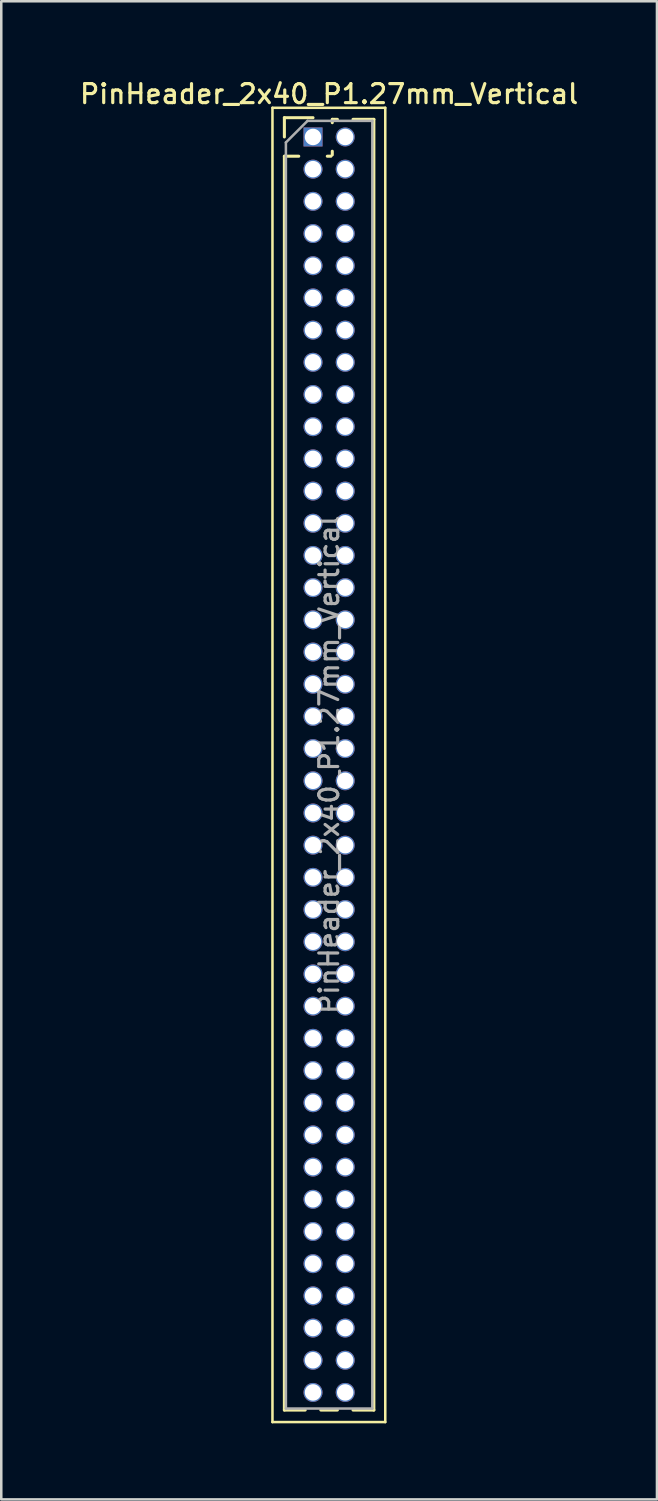
<source format=kicad_pcb>
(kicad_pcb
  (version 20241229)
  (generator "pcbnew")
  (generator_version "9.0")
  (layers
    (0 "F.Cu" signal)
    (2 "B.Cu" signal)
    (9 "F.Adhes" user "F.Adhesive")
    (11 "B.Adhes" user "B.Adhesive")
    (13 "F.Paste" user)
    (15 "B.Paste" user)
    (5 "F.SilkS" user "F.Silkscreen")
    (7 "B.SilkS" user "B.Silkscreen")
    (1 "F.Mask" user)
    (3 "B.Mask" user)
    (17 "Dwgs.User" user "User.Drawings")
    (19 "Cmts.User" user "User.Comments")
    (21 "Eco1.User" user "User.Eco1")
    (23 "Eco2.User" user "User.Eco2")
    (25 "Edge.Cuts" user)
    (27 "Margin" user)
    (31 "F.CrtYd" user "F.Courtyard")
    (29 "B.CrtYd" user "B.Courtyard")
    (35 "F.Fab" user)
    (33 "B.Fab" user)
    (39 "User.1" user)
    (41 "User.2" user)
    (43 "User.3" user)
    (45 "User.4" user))
  (footprint "PinHeader_2x40_P1.27mm_Vertical"
    (layer "F.Cu")
    (at 9.299 2.353)
    (property "Reference" "PinHeader_2x40_P1.27mm_Vertical" (at 0.635 -1.695 0) (layer "F.SilkS") (effects (font (size 0.75 0.75) (thickness 0.125))))
    (attr through_hole)
    (fp_line (start -1.6 -1.15) (end -1.6 50.7) (stroke (width 0.1) (type solid)) (layer "F.SilkS"))
    (fp_line (start -1.6 50.7) (end 2.85 50.7) (stroke (width 0.1) (type solid)) (layer "F.SilkS"))
    (fp_line (start -1.13 -0.76) (end 0 -0.76) (stroke (width 0.12) (type solid)) (layer "F.SilkS"))
    (fp_line (start -1.13 0) (end -1.13 -0.76) (stroke (width 0.12) (type solid)) (layer "F.SilkS"))
    (fp_line (start -1.13 0.76) (end -1.13 50.225) (stroke (width 0.12) (type solid)) (layer "F.SilkS"))
    (fp_line (start -1.13 0.76) (end -0.563 0.76) (stroke (width 0.12) (type solid)) (layer "F.SilkS"))
    (fp_line (start -1.13 50.225) (end -0.308 50.225) (stroke (width 0.12) (type solid)) (layer "F.SilkS"))
    (fp_line (start 0.308 50.225) (end 0.962 50.225) (stroke (width 0.12) (type solid)) (layer "F.SilkS"))
    (fp_line (start 0.563 0.76) (end 0.707 0.76) (stroke (width 0.12) (type solid)) (layer "F.SilkS"))
    (fp_line (start 0.76 -0.695) (end 0.962 -0.695) (stroke (width 0.12) (type solid)) (layer "F.SilkS"))
    (fp_line (start 0.76 -0.563) (end 0.76 -0.695) (stroke (width 0.12) (type solid)) (layer "F.SilkS"))
    (fp_line (start 0.76 0.707) (end 0.76 0.563) (stroke (width 0.12) (type solid)) (layer "F.SilkS"))
    (fp_line (start 1.578 -0.695) (end 2.4 -0.695) (stroke (width 0.12) (type solid)) (layer "F.SilkS"))
    (fp_line (start 1.578 50.225) (end 2.4 50.225) (stroke (width 0.12) (type solid)) (layer "F.SilkS"))
    (fp_line (start 2.4 -0.695) (end 2.4 50.225) (stroke (width 0.12) (type solid)) (layer "F.SilkS"))
    (fp_line (start 2.85 -1.15) (end -1.6 -1.15) (stroke (width 0.1) (type solid)) (layer "F.SilkS"))
    (fp_line (start 2.85 50.7) (end 2.85 -1.15) (stroke (width 0.1) (type solid)) (layer "F.SilkS"))
    (fp_line (start -1.07 0.217) (end -0.217 -0.635) (stroke (width 0.1) (type solid)) (layer "F.Fab"))
    (fp_line (start -1.07 50.165) (end -1.07 0.217) (stroke (width 0.1) (type solid)) (layer "F.Fab"))
    (fp_line (start -0.217 -0.635) (end 2.34 -0.635) (stroke (width 0.1) (type solid)) (layer "F.Fab"))
    (fp_line (start 2.34 -0.635) (end 2.34 50.165) (stroke (width 0.1) (type solid)) (layer "F.Fab"))
    (fp_line (start 2.34 50.165) (end -1.07 50.165) (stroke (width 0.1) (type solid)) (layer "F.Fab"))
    (fp_text user "${REFERENCE}" (at 0.635 24.765 90) (layer "F.Fab") (effects (font (size 0.75 0.75) (thickness 0.125))))
    (pad "1" thru_hole rect (at 0 0) (size 0.75 0.75) (drill 0.65) (layers "*.Cu" "*.Mask"))
    (pad "2" thru_hole oval (at 1.27 0) (size 0.75 0.75) (drill 0.65) (layers "*.Cu" "*.Mask"))
    (pad "3" thru_hole oval (at 0 1.27) (size 0.75 0.75) (drill 0.65) (layers "*.Cu" "*.Mask"))
    (pad "4" thru_hole oval (at 1.27 1.27) (size 0.75 0.75) (drill 0.65) (layers "*.Cu" "*.Mask"))
    (pad "5" thru_hole oval (at 0 2.54) (size 0.75 0.75) (drill 0.65) (layers "*.Cu" "*.Mask"))
    (pad "6" thru_hole oval (at 1.27 2.54) (size 0.75 0.75) (drill 0.65) (layers "*.Cu" "*.Mask"))
    (pad "7" thru_hole oval (at 0 3.81) (size 0.75 0.75) (drill 0.65) (layers "*.Cu" "*.Mask"))
    (pad "8" thru_hole oval (at 1.27 3.81) (size 0.75 0.75) (drill 0.65) (layers "*.Cu" "*.Mask"))
    (pad "9" thru_hole oval (at 0 5.08) (size 0.75 0.75) (drill 0.65) (layers "*.Cu" "*.Mask"))
    (pad "10" thru_hole oval (at 1.27 5.08) (size 0.75 0.75) (drill 0.65) (layers "*.Cu" "*.Mask"))
    (pad "11" thru_hole oval (at 0 6.35) (size 0.75 0.75) (drill 0.65) (layers "*.Cu" "*.Mask"))
    (pad "12" thru_hole oval (at 1.27 6.35) (size 0.75 0.75) (drill 0.65) (layers "*.Cu" "*.Mask"))
    (pad "13" thru_hole oval (at 0 7.62) (size 0.75 0.75) (drill 0.65) (layers "*.Cu" "*.Mask"))
    (pad "14" thru_hole oval (at 1.27 7.62) (size 0.75 0.75) (drill 0.65) (layers "*.Cu" "*.Mask"))
    (pad "15" thru_hole oval (at 0 8.89) (size 0.75 0.75) (drill 0.65) (layers "*.Cu" "*.Mask"))
    (pad "16" thru_hole oval (at 1.27 8.89) (size 0.75 0.75) (drill 0.65) (layers "*.Cu" "*.Mask"))
    (pad "17" thru_hole oval (at 0 10.16) (size 0.75 0.75) (drill 0.65) (layers "*.Cu" "*.Mask"))
    (pad "18" thru_hole oval (at 1.27 10.16) (size 0.75 0.75) (drill 0.65) (layers "*.Cu" "*.Mask"))
    (pad "19" thru_hole oval (at 0 11.43) (size 0.75 0.75) (drill 0.65) (layers "*.Cu" "*.Mask"))
    (pad "20" thru_hole oval (at 1.27 11.43) (size 0.75 0.75) (drill 0.65) (layers "*.Cu" "*.Mask"))
    (pad "21" thru_hole oval (at 0 12.7) (size 0.75 0.75) (drill 0.65) (layers "*.Cu" "*.Mask"))
    (pad "22" thru_hole oval (at 1.27 12.7) (size 0.75 0.75) (drill 0.65) (layers "*.Cu" "*.Mask"))
    (pad "23" thru_hole oval (at 0 13.97) (size 0.75 0.75) (drill 0.65) (layers "*.Cu" "*.Mask"))
    (pad "24" thru_hole oval (at 1.27 13.97) (size 0.75 0.75) (drill 0.65) (layers "*.Cu" "*.Mask"))
    (pad "25" thru_hole oval (at 0 15.24) (size 0.75 0.75) (drill 0.65) (layers "*.Cu" "*.Mask"))
    (pad "26" thru_hole oval (at 1.27 15.24) (size 0.75 0.75) (drill 0.65) (layers "*.Cu" "*.Mask"))
    (pad "27" thru_hole oval (at 0 16.51) (size 0.75 0.75) (drill 0.65) (layers "*.Cu" "*.Mask"))
    (pad "28" thru_hole oval (at 1.27 16.51) (size 0.75 0.75) (drill 0.65) (layers "*.Cu" "*.Mask"))
    (pad "29" thru_hole oval (at 0 17.78) (size 0.75 0.75) (drill 0.65) (layers "*.Cu" "*.Mask"))
    (pad "30" thru_hole oval (at 1.27 17.78) (size 0.75 0.75) (drill 0.65) (layers "*.Cu" "*.Mask"))
    (pad "31" thru_hole oval (at 0 19.05) (size 0.75 0.75) (drill 0.65) (layers "*.Cu" "*.Mask"))
    (pad "32" thru_hole oval (at 1.27 19.05) (size 0.75 0.75) (drill 0.65) (layers "*.Cu" "*.Mask"))
    (pad "33" thru_hole oval (at 0 20.32) (size 0.75 0.75) (drill 0.65) (layers "*.Cu" "*.Mask"))
    (pad "34" thru_hole oval (at 1.27 20.32) (size 0.75 0.75) (drill 0.65) (layers "*.Cu" "*.Mask"))
    (pad "35" thru_hole oval (at 0 21.59) (size 0.75 0.75) (drill 0.65) (layers "*.Cu" "*.Mask"))
    (pad "36" thru_hole oval (at 1.27 21.59) (size 0.75 0.75) (drill 0.65) (layers "*.Cu" "*.Mask"))
    (pad "37" thru_hole oval (at 0 22.86) (size 0.75 0.75) (drill 0.65) (layers "*.Cu" "*.Mask"))
    (pad "38" thru_hole oval (at 1.27 22.86) (size 0.75 0.75) (drill 0.65) (layers "*.Cu" "*.Mask"))
    (pad "39" thru_hole oval (at 0 24.13) (size 0.75 0.75) (drill 0.65) (layers "*.Cu" "*.Mask"))
    (pad "40" thru_hole oval (at 1.27 24.13) (size 0.75 0.75) (drill 0.65) (layers "*.Cu" "*.Mask"))
    (pad "41" thru_hole oval (at 0 25.4) (size 0.75 0.75) (drill 0.65) (layers "*.Cu" "*.Mask"))
    (pad "42" thru_hole oval (at 1.27 25.4) (size 0.75 0.75) (drill 0.65) (layers "*.Cu" "*.Mask"))
    (pad "43" thru_hole oval (at 0 26.67) (size 0.75 0.75) (drill 0.65) (layers "*.Cu" "*.Mask"))
    (pad "44" thru_hole oval (at 1.27 26.67) (size 0.75 0.75) (drill 0.65) (layers "*.Cu" "*.Mask"))
    (pad "45" thru_hole oval (at 0 27.94) (size 0.75 0.75) (drill 0.65) (layers "*.Cu" "*.Mask"))
    (pad "46" thru_hole oval (at 1.27 27.94) (size 0.75 0.75) (drill 0.65) (layers "*.Cu" "*.Mask"))
    (pad "47" thru_hole oval (at 0 29.21) (size 0.75 0.75) (drill 0.65) (layers "*.Cu" "*.Mask"))
    (pad "48" thru_hole oval (at 1.27 29.21) (size 0.75 0.75) (drill 0.65) (layers "*.Cu" "*.Mask"))
    (pad "49" thru_hole oval (at 0 30.48) (size 0.75 0.75) (drill 0.65) (layers "*.Cu" "*.Mask"))
    (pad "50" thru_hole oval (at 1.27 30.48) (size 0.75 0.75) (drill 0.65) (layers "*.Cu" "*.Mask"))
    (pad "51" thru_hole oval (at 0 31.75) (size 0.75 0.75) (drill 0.65) (layers "*.Cu" "*.Mask"))
    (pad "52" thru_hole oval (at 1.27 31.75) (size 0.75 0.75) (drill 0.65) (layers "*.Cu" "*.Mask"))
    (pad "53" thru_hole oval (at 0 33.02) (size 0.75 0.75) (drill 0.65) (layers "*.Cu" "*.Mask"))
    (pad "54" thru_hole oval (at 1.27 33.02) (size 0.75 0.75) (drill 0.65) (layers "*.Cu" "*.Mask"))
    (pad "55" thru_hole oval (at 0 34.29) (size 0.75 0.75) (drill 0.65) (layers "*.Cu" "*.Mask"))
    (pad "56" thru_hole oval (at 1.27 34.29) (size 0.75 0.75) (drill 0.65) (layers "*.Cu" "*.Mask"))
    (pad "57" thru_hole oval (at 0 35.56) (size 0.75 0.75) (drill 0.65) (layers "*.Cu" "*.Mask"))
    (pad "58" thru_hole oval (at 1.27 35.56) (size 0.75 0.75) (drill 0.65) (layers "*.Cu" "*.Mask"))
    (pad "59" thru_hole oval (at 0 36.83) (size 0.75 0.75) (drill 0.65) (layers "*.Cu" "*.Mask"))
    (pad "60" thru_hole oval (at 1.27 36.83) (size 0.75 0.75) (drill 0.65) (layers "*.Cu" "*.Mask"))
    (pad "61" thru_hole oval (at 0 38.1) (size 0.75 0.75) (drill 0.65) (layers "*.Cu" "*.Mask"))
    (pad "62" thru_hole oval (at 1.27 38.1) (size 0.75 0.75) (drill 0.65) (layers "*.Cu" "*.Mask"))
    (pad "63" thru_hole oval (at 0 39.37) (size 0.75 0.75) (drill 0.65) (layers "*.Cu" "*.Mask"))
    (pad "64" thru_hole oval (at 1.27 39.37) (size 0.75 0.75) (drill 0.65) (layers "*.Cu" "*.Mask"))
    (pad "65" thru_hole oval (at 0 40.64) (size 0.75 0.75) (drill 0.65) (layers "*.Cu" "*.Mask"))
    (pad "66" thru_hole oval (at 1.27 40.64) (size 0.75 0.75) (drill 0.65) (layers "*.Cu" "*.Mask"))
    (pad "67" thru_hole oval (at 0 41.91) (size 0.75 0.75) (drill 0.65) (layers "*.Cu" "*.Mask"))
    (pad "68" thru_hole oval (at 1.27 41.91) (size 0.75 0.75) (drill 0.65) (layers "*.Cu" "*.Mask"))
    (pad "69" thru_hole oval (at 0 43.18) (size 0.75 0.75) (drill 0.65) (layers "*.Cu" "*.Mask"))
    (pad "70" thru_hole oval (at 1.27 43.18) (size 0.75 0.75) (drill 0.65) (layers "*.Cu" "*.Mask"))
    (pad "71" thru_hole oval (at 0 44.45) (size 0.75 0.75) (drill 0.65) (layers "*.Cu" "*.Mask"))
    (pad "72" thru_hole oval (at 1.27 44.45) (size 0.75 0.75) (drill 0.65) (layers "*.Cu" "*.Mask"))
    (pad "73" thru_hole oval (at 0 45.72) (size 0.75 0.75) (drill 0.65) (layers "*.Cu" "*.Mask"))
    (pad "74" thru_hole oval (at 1.27 45.72) (size 0.75 0.75) (drill 0.65) (layers "*.Cu" "*.Mask"))
    (pad "75" thru_hole oval (at 0 46.99) (size 0.75 0.75) (drill 0.65) (layers "*.Cu" "*.Mask"))
    (pad "76" thru_hole oval (at 1.27 46.99) (size 0.75 0.75) (drill 0.65) (layers "*.Cu" "*.Mask"))
    (pad "77" thru_hole oval (at 0 48.26) (size 0.75 0.75) (drill 0.65) (layers "*.Cu" "*.Mask"))
    (pad "78" thru_hole oval (at 1.27 48.26) (size 0.75 0.75) (drill 0.65) (layers "*.Cu" "*.Mask"))
    (pad "79" thru_hole oval (at 0 49.53) (size 0.75 0.75) (drill 0.65) (layers "*.Cu" "*.Mask"))
    (pad "80" thru_hole oval (at 1.27 49.53) (size 0.75 0.75) (drill 0.65) (layers "*.Cu" "*.Mask")))
  (gr_rect
    (start -3 -3)
    (end 22.868 56.103)
    (stroke (width 0.1) (type default))
    (fill no)
    (layer "Edge.Cuts")))
</source>
